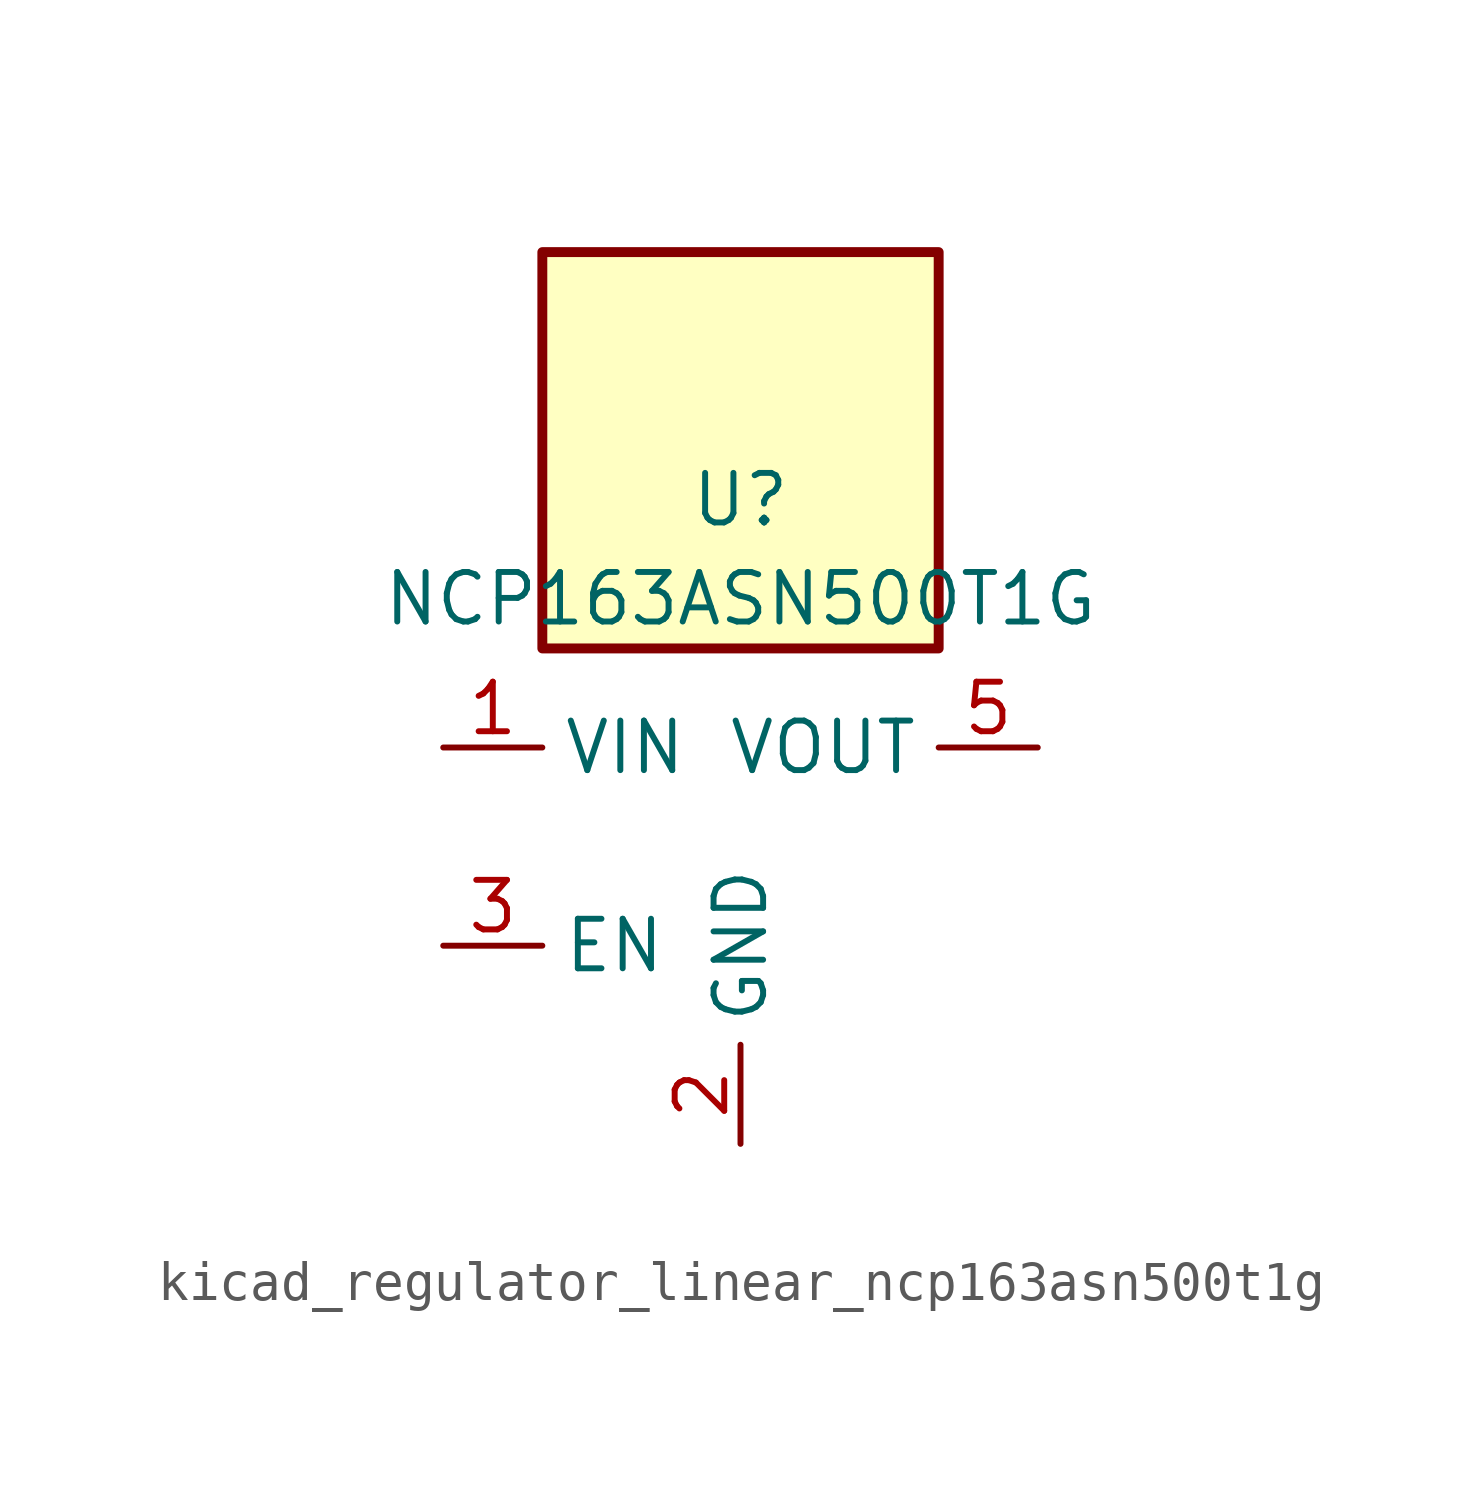
<source format=kicad_sym>
(kicad_symbol_lib
  (version 20220914)
  (generator kicad_symbol_editor)
  (symbol "kicad_regulator_linear_ncp163asn500t1g"
    (property "Reference" "U"
      (at 0 8.89 0)
      (effects (font (size 1.27 1.27))))
    (property "Value" "NCP163ASN500T1G"
      (at 0 6.35 0)
      (effects (font (size 1.27 1.27))))
    (symbol "kicad_regulator_linear_ncp163asn500t1g_0_1"
      (rectangle (start 5.08 15.24) (end -5.08 5.08) (stroke (width 0.254) (type default)) (fill (type background))))
    (symbol "kicad_regulator_linear_ncp163asn500t1g_1_1"
      (pin power_in line (at -7.62 2.54 0) (length 2.54) (name "VIN" (effects (font (size 1.27 1.27)))) (number "1" (effects (font (size 1.27 1.27)))))
      (pin power_in line (at 0 -7.62 90) (length 2.54) (name "GND" (effects (font (size 1.27 1.27)))) (number "2" (effects (font (size 1.27 1.27)))))
      (pin input line (at -7.62 -2.54 0) (length 2.54) (name "EN" (effects (font (size 1.27 1.27)))) (number "3" (effects (font (size 1.27 1.27)))))
      (pin no_connect line (at 5.08 -2.54 180) (length 2.54) hide (name "NC" (effects (font (size 1.27 1.27)))) (number "4" (effects (font (size 1.27 1.27)))))
      (pin power_out line (at 7.62 2.54 180) (length 2.54) (name "VOUT" (effects (font (size 1.27 1.27)))) (number "5" (effects (font (size 1.27 1.27))))))))
</source>
